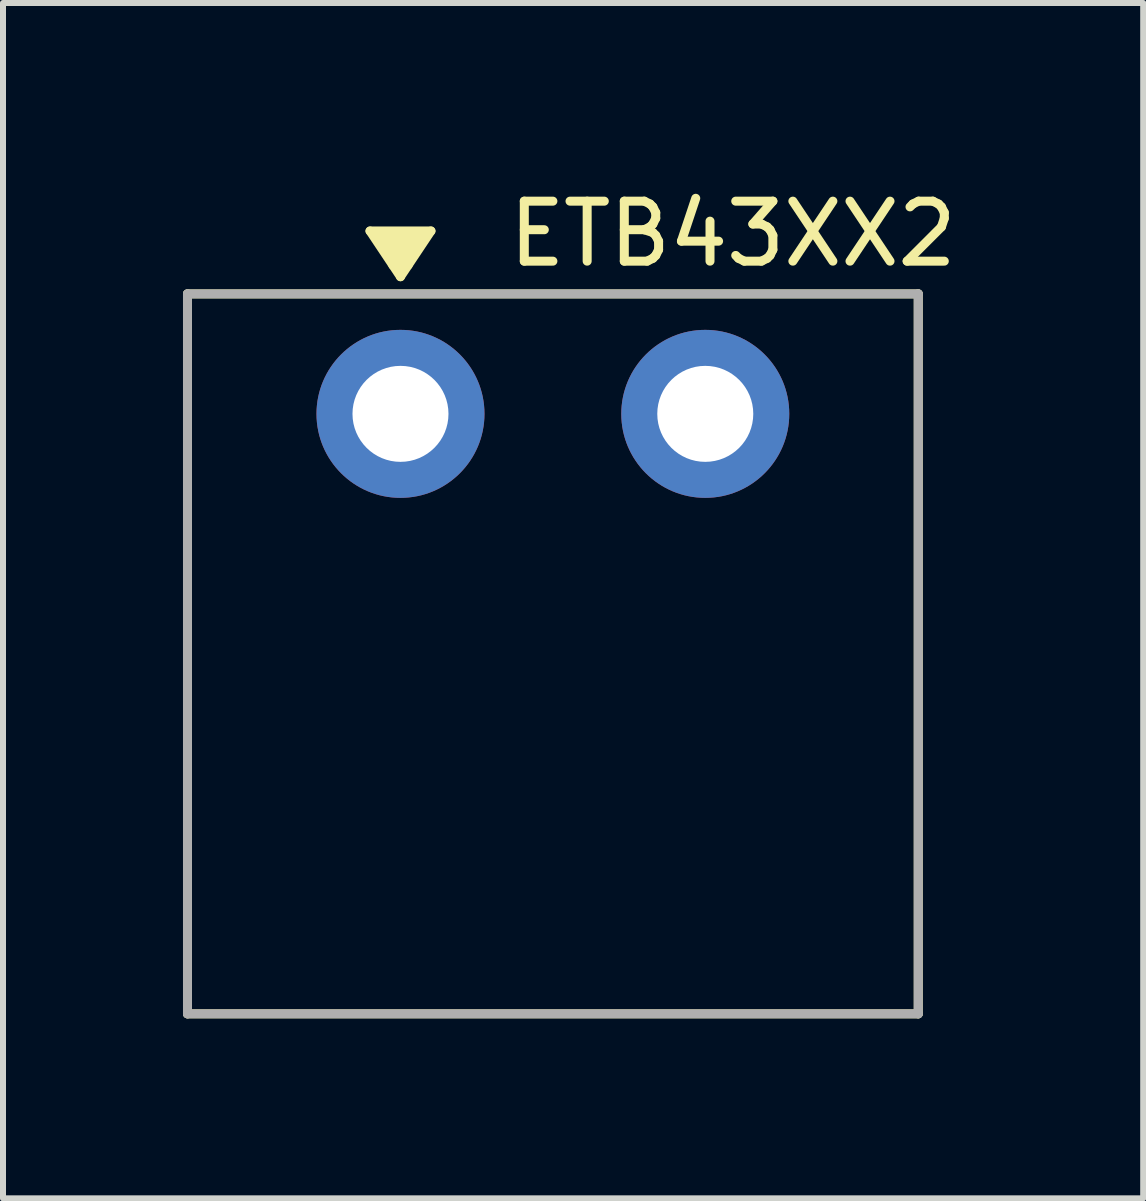
<source format=kicad_pcb>
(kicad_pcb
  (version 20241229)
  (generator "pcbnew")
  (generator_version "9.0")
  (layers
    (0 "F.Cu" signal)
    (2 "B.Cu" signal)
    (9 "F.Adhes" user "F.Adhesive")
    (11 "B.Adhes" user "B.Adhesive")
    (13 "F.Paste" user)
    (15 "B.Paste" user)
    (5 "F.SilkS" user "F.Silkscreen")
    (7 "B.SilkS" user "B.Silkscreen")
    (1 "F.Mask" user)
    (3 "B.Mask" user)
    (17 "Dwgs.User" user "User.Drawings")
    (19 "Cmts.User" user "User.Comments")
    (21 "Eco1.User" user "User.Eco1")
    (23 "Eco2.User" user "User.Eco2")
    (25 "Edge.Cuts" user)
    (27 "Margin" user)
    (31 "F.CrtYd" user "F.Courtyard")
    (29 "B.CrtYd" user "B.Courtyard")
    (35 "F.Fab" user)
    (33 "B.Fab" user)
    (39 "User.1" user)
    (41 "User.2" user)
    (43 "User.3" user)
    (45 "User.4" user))
  (footprint "ETB43XX2"
    (layer "F.Cu")
    (at 6.165 3.848)
    (property "Reference" "ETB43XX2" (at 3 -3 0) (layer "F.SilkS") (effects (font (size 1 1) (thickness 0.15))))
    (attr through_hole)
    (fp_line (start -6.09 -2) (end -6.09 10) (stroke (width 0.15) (type solid)) (layer "F.SilkS"))
    (fp_line (start -6.09 -2) (end 6.09 -2) (stroke (width 0.15) (type solid)) (layer "F.SilkS"))
    (fp_line (start -6.09 10) (end 6.09 10) (stroke (width 0.15) (type solid)) (layer "F.SilkS"))
    (fp_line (start -3.048 -3.048) (end -2.54 -2.286) (stroke (width 0.15) (type solid)) (layer "F.SilkS"))
    (fp_line (start -2.921 -2.921) (end -2.159 -2.921) (stroke (width 0.15) (type solid)) (layer "F.SilkS"))
    (fp_line (start -2.794 -2.731) (end -2.286 -2.731) (stroke (width 0.15) (type solid)) (layer "F.SilkS"))
    (fp_line (start -2.731 -2.603) (end -2.413 -2.603) (stroke (width 0.15) (type solid)) (layer "F.SilkS"))
    (fp_line (start -2.667 -2.477) (end -2.413 -2.477) (stroke (width 0.15) (type solid)) (layer "F.SilkS"))
    (fp_line (start -2.54 -2.286) (end -2.032 -3.048) (stroke (width 0.15) (type solid)) (layer "F.SilkS"))
    (fp_line (start -2.413 -2.603) (end -2.349 -2.603) (stroke (width 0.15) (type solid)) (layer "F.SilkS"))
    (fp_line (start -2.223 -2.857) (end -2.857 -2.857) (stroke (width 0.15) (type solid)) (layer "F.SilkS"))
    (fp_line (start -2.032 -3.048) (end -3.048 -3.048) (stroke (width 0.15) (type solid)) (layer "F.SilkS"))
    (fp_line (start 6.09 -2) (end 6.09 10) (stroke (width 0.15) (type solid)) (layer "F.SilkS"))
    (fp_line (start -6.09 -2) (end -6.09 10) (stroke (width 0.15) (type solid)) (layer "F.Fab"))
    (fp_line (start -6.09 -2) (end 6.09 -2) (stroke (width 0.15) (type solid)) (layer "F.Fab"))
    (fp_line (start -6.09 10) (end 6.09 10) (stroke (width 0.15) (type solid)) (layer "F.Fab"))
    (fp_line (start 6.09 -2) (end 6.09 10) (stroke (width 0.15) (type solid)) (layer "F.Fab"))
    (pad "1" thru_hole circle (at -2.54 0) (size 2.8 2.8) (drill 1.6) (layers "*.Cu" "*.Mask"))
    (pad "2" thru_hole circle (at 2.54 0) (size 2.8 2.8) (drill 1.6) (layers "*.Cu" "*.Mask")))
  (gr_rect
    (start -3 -3)
    (end 16.004 16.923)
    (stroke (width 0.1) (type default))
    (fill no)
    (layer "Edge.Cuts")))
</source>
